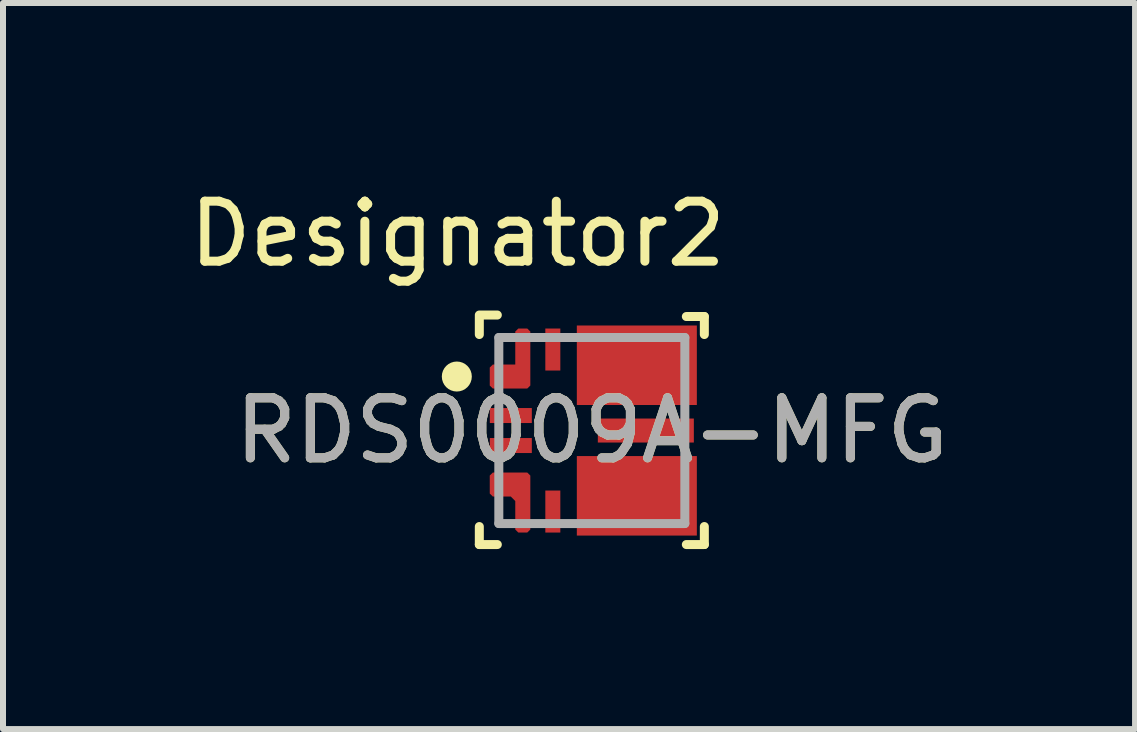
<source format=kicad_pcb>
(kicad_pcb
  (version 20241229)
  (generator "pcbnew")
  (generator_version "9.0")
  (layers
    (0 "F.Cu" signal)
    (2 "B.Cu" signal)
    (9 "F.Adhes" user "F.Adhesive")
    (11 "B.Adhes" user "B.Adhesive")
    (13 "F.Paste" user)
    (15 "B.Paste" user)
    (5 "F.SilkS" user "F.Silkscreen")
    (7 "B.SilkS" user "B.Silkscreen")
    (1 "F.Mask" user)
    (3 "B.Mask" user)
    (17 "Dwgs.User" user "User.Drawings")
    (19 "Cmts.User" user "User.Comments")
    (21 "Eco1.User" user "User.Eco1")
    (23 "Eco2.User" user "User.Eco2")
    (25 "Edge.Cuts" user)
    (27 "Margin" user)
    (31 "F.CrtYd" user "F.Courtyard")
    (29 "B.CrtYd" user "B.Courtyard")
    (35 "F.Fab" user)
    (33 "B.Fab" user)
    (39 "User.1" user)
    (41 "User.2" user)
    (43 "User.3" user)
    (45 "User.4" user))
  (footprint "RDS0009A-MFG"
    (layer "F.Cu")
    (at 6.813 4.125)
    (property "Reference" "RDS0009A-MFG" (at 0 0 0) (unlocked yes) (layer "F.SilkS") (effects (font (size 1 1) (thickness 0.15))))
    (attr smd)
    (fp_poly (pts (xy -1.75 0.325) (xy -1.75 0.175) (xy -1.65 0.075) (xy -1.05 0.075) (xy -0.95 0.175) (xy -0.95 0.325) (xy -1.05 0.425) (xy -1.65 0.425)) (stroke (width 0) (type solid)) (fill yes) (layer "F.Mask"))
    (fp_poly (pts (xy -1.65 -0.425) (xy -1.05 -0.425) (xy -0.95 -0.325) (xy -0.95 -0.175) (xy -1.05 -0.075) (xy -1.65 -0.075) (xy -1.75 -0.175) (xy -1.75 -0.325)) (stroke (width 0) (type solid)) (fill yes) (layer "F.Mask"))
    (fp_poly (pts (xy -0.475 -1.05) (xy -0.575 -0.95) (xy -0.725 -0.95) (xy -0.825 -1.05) (xy -0.825 -1.65) (xy -0.725 -1.75) (xy -0.575 -1.75) (xy -0.475 -1.65)) (stroke (width 0) (type solid)) (fill yes) (layer "F.Mask"))
    (fp_poly (pts (xy -0.475 1.65) (xy -0.575 1.75) (xy -0.725 1.75) (xy -0.825 1.65) (xy -0.825 1.05) (xy -0.725 0.95) (xy -0.575 0.95) (xy -0.475 1.05)) (stroke (width 0) (type solid)) (fill yes) (layer "F.Mask"))
    (fp_poly (pts (xy 1.75 -0.15) (xy 1.75 0.15) (xy 1.65 0.25) (xy 0.15 0.25) (xy 0.05 0.15) (xy 0.05 -0.15) (xy 0.15 -0.25) (xy 1.65 -0.25)) (stroke (width 0) (type solid)) (fill yes) (layer "F.Mask"))
    (fp_poly (pts (xy -1.75 -1.05) (xy -1.65 -1.15) (xy -1.375 -1.15) (xy -1.325 -1.2) (xy -1.325 -1.65) (xy -1.225 -1.75) (xy -1.075 -1.75) (xy -0.975 -1.65) (xy -0.975 -0.75) (xy -1.075 -0.65) (xy -1.65 -0.65) (xy -1.75 -0.75)) (stroke (width 0) (type solid)) (fill yes) (layer "F.Mask"))
    (fp_poly (pts (xy -1.75 1.05) (xy -1.65 1.15) (xy -1.375 1.15) (xy -1.325 1.2) (xy -1.325 1.65) (xy -1.225 1.75) (xy -1.075 1.75) (xy -0.975 1.65) (xy -0.975 0.75) (xy -1.075 0.65) (xy -1.65 0.65) (xy -1.75 0.75)) (stroke (width 0) (type solid)) (fill yes) (layer "F.Mask"))
    (fp_poly (pts (xy -0.2 -0.525) (xy -0.15 -0.475) (xy 1.225 -0.475) (xy 1.275 -0.525) (xy 1.275 -0.65) (xy 1.325 -0.7) (xy 1.65 -0.7) (xy 1.7 -0.75) (xy 1.7 -1.05) (xy 1.65 -1.1) (xy 1.325 -1.1) (xy 1.275 -1.15) (xy 1.275 -1.65) (xy 1.225 -1.7) (xy 1.075 -1.7) (xy 1.025 -1.65) (xy 1.025 -1.325) (xy 0.975 -1.275) (xy 0.825 -1.275) (xy 0.775 -1.325) (xy 0.775 -1.65) (xy 0.725 -1.7) (xy 0.575 -1.7) (xy 0.525 -1.65) (xy 0.525 -1.325) (xy 0.475 -1.275) (xy 0.25 -1.275) (xy 0.2 -1.325) (xy 0.2 -1.65) (xy 0.15 -1.7) (xy -0.15 -1.7) (xy -0.2 -1.65)) (stroke (width 0) (type solid)) (fill yes) (layer "F.Mask"))
    (fp_poly (pts (xy -0.2 0.525) (xy -0.15 0.475) (xy 1.225 0.475) (xy 1.275 0.525) (xy 1.275 0.65) (xy 1.325 0.7) (xy 1.65 0.7) (xy 1.7 0.75) (xy 1.7 1.05) (xy 1.65 1.1) (xy 1.325 1.1) (xy 1.275 1.15) (xy 1.275 1.65) (xy 1.225 1.7) (xy 1.075 1.7) (xy 1.025 1.65) (xy 1.025 1.325) (xy 0.975 1.275) (xy 0.825 1.275) (xy 0.775 1.325) (xy 0.775 1.65) (xy 0.725 1.7) (xy 0.575 1.7) (xy 0.525 1.65) (xy 0.525 1.325) (xy 0.475 1.275) (xy 0.25 1.275) (xy 0.2 1.325) (xy 0.2 1.65) (xy 0.15 1.7) (xy -0.15 1.7) (xy -0.2 1.65)) (stroke (width 0) (type solid)) (fill yes) (layer "F.Mask"))
    (fp_line (start -1.875 -1.925) (end -1.575 -1.925) (stroke (width 0.15) (type solid)) (layer "F.SilkS"))
    (fp_line (start -1.875 -1.6) (end -1.875 -1.9) (stroke (width 0.15) (type solid)) (layer "F.SilkS"))
    (fp_line (start -1.875 1.9) (end -1.875 1.6) (stroke (width 0.15) (type solid)) (layer "F.SilkS"))
    (fp_line (start -1.875 1.9) (end -1.575 1.9) (stroke (width 0.15) (type solid)) (layer "F.SilkS"))
    (fp_line (start 1.575 -1.9) (end 1.875 -1.9) (stroke (width 0.15) (type solid)) (layer "F.SilkS"))
    (fp_line (start 1.575 1.9) (end 1.875 1.9) (stroke (width 0.15) (type solid)) (layer "F.SilkS"))
    (fp_line (start 1.875 -1.6) (end 1.875 -1.9) (stroke (width 0.15) (type solid)) (layer "F.SilkS"))
    (fp_line (start 1.875 1.9) (end 1.875 1.6) (stroke (width 0.15) (type solid)) (layer "F.SilkS"))
    (fp_circle (center -2.25 -0.9) (end -2.125 -0.9) (stroke (width 0.25) (type solid)) (fill no) (layer "F.SilkS"))
    (fp_poly (pts (xy -1.699 1.05) (xy -1.699 0.75) (xy -1.649 0.7) (xy -1.074 0.7) (xy -1.024 0.75) (xy -1.024 1.05) (xy -1.074 1.1) (xy -1.649 1.1)) (stroke (width 0) (type solid)) (fill yes) (layer "F.Paste"))
    (fp_poly (pts (xy -1.649 -0.7) (xy -1.699 -0.75) (xy -1.699 -1.05) (xy -1.649 -1.1) (xy -1.074 -1.1) (xy -1.024 -1.05) (xy -1.024 -0.75) (xy -1.074 -0.7)) (stroke (width 0) (type solid)) (fill yes) (layer "F.Paste"))
    (fp_poly (pts (xy -1.275 1.35) (xy -1.225 1.3) (xy -1.075 1.3) (xy -1.025 1.35) (xy -1.025 1.65) (xy -1.075 1.7) (xy -1.225 1.7) (xy -1.275 1.65)) (stroke (width 0) (type solid)) (fill yes) (layer "F.Paste"))
    (fp_poly (pts (xy -1.225 -1.3) (xy -1.275 -1.35) (xy -1.275 -1.65) (xy -1.225 -1.7) (xy -1.075 -1.7) (xy -1.025 -1.65) (xy -1.025 -1.35) (xy -1.075 -1.3)) (stroke (width 0) (type solid)) (fill yes) (layer "F.Paste"))
    (fp_poly (pts (xy -0.2 -1.325) (xy -0.2 -1.651) (xy -0.15 -1.7) (xy 0.15 -1.7) (xy 0.2 -1.651) (xy 0.2 -1.325) (xy 0.15 -1.275) (xy -0.15 -1.275)) (stroke (width 0) (type solid)) (fill yes) (layer "F.Paste"))
    (fp_poly (pts (xy -0.2 1.651) (xy -0.2 1.325) (xy -0.15 1.275) (xy 0.15 1.275) (xy 0.2 1.325) (xy 0.2 1.651) (xy 0.15 1.7) (xy -0.15 1.7)) (stroke (width 0) (type solid)) (fill yes) (layer "F.Paste"))
    (fp_poly (pts (xy -0.15 0.475) (xy 1.03 0.475) (xy 1.08 0.525) (xy 1.08 1.025) (xy 1.03 1.075) (xy -0.15 1.075) (xy -0.2 1.025) (xy -0.2 0.525)) (stroke (width 0) (type solid)) (fill yes) (layer "F.Paste"))
    (fp_poly (pts (xy 0.575 -1.7) (xy 0.725 -1.7) (xy 0.775 -1.651) (xy 0.775 -1.325) (xy 0.725 -1.275) (xy 0.575 -1.275) (xy 0.525 -1.325) (xy 0.525 -1.651)) (stroke (width 0) (type solid)) (fill yes) (layer "F.Paste"))
    (fp_poly (pts (xy 0.575 1.275) (xy 0.725 1.275) (xy 0.775 1.325) (xy 0.775 1.651) (xy 0.725 1.7) (xy 0.575 1.7) (xy 0.525 1.651) (xy 0.525 1.325)) (stroke (width 0) (type solid)) (fill yes) (layer "F.Paste"))
    (fp_poly (pts (xy 0.75 -0.2) (xy 0.8 -0.15) (xy 0.8 0.15) (xy 0.75 0.2) (xy 0.15 0.2) (xy 0.1 0.15) (xy 0.1 -0.15) (xy 0.15 -0.2)) (stroke (width 0) (type solid)) (fill yes) (layer "F.Paste"))
    (fp_poly (pts (xy 1.03 -0.475) (xy -0.15 -0.475) (xy -0.2 -0.525) (xy -0.2 -1.025) (xy -0.15 -1.075) (xy 1.03 -1.075) (xy 1.08 -1.025) (xy 1.08 -0.525)) (stroke (width 0) (type solid)) (fill yes) (layer "F.Paste"))
    (fp_poly (pts (xy 1.075 -1.7) (xy 1.225 -1.7) (xy 1.275 -1.651) (xy 1.275 -1.325) (xy 1.225 -1.275) (xy 1.075 -1.275) (xy 1.025 -1.325) (xy 1.025 -1.651)) (stroke (width 0) (type solid)) (fill yes) (layer "F.Paste"))
    (fp_poly (pts (xy 1.075 1.275) (xy 1.225 1.275) (xy 1.275 1.325) (xy 1.275 1.651) (xy 1.225 1.7) (xy 1.075 1.7) (xy 1.025 1.651) (xy 1.025 1.325)) (stroke (width 0) (type solid)) (fill yes) (layer "F.Paste"))
    (fp_poly (pts (xy 1.65 0.2) (xy 1.05 0.2) (xy 1 0.15) (xy 1 -0.15) (xy 1.05 -0.2) (xy 1.65 -0.2) (xy 1.7 -0.15) (xy 1.7 0.15)) (stroke (width 0) (type solid)) (fill yes) (layer "F.Paste"))
    (fp_poly (pts (xy 1.7 -0.75) (xy 1.651 -0.7) (xy 1.325 -0.7) (xy 1.275 -0.75) (xy 1.275 -1.05) (xy 1.325 -1.1) (xy 1.651 -1.1) (xy 1.7 -1.05)) (stroke (width 0) (type solid)) (fill yes) (layer "F.Paste"))
    (fp_poly (pts (xy 1.7 1.05) (xy 1.651 1.1) (xy 1.325 1.1) (xy 1.275 1.05) (xy 1.275 0.75) (xy 1.325 0.7) (xy 1.651 0.7) (xy 1.7 0.75)) (stroke (width 0) (type solid)) (fill yes) (layer "F.Paste"))
    (fp_line (start -1.55 -1.55) (end 1.55 -1.55) (stroke (width 0.15) (type solid)) (layer "F.Fab"))
    (fp_line (start -1.55 1.55) (end -1.55 -1.55) (stroke (width 0.15) (type solid)) (layer "F.Fab"))
    (fp_line (start -1.55 1.55) (end 1.55 1.55) (stroke (width 0.15) (type solid)) (layer "F.Fab"))
    (fp_line (start 1.55 1.55) (end 1.55 -1.55) (stroke (width 0.15) (type solid)) (layer "F.Fab"))
    (fp_text user "Designator2" (at -2.235 -3.277 0) (unlocked yes) (layer "F.SilkS") (effects (font (size 1 1) (thickness 0.15))))
    (fp_text user "${REFERENCE}" (at 0 0 0) (unlocked yes) (layer "F.Fab") (effects (font (size 1 1) (thickness 0.15))))
    (pad "1" smd custom (at -1.363 -0.9) (size 0.575 0.4) (layers "F.Cu") (options (anchor rect)) (primitives (gr_poly (pts (xy 0.338 -0.175) (xy 0.338 -0.75) (xy 0.287 -0.8) (xy 0.138 -0.8) (xy 0.087 -0.75) (xy 0.087 -0.175)) (width 0) (fill yes)) (gr_poly (pts (xy 0.338 0.15) (xy 0.287 0.2) (xy 0.263 0.2) (xy 0.263 -0.2) (xy 0.338 -0.2)) (width 0) (fill yes)) (gr_poly (pts (xy -0.263 -0.2) (xy -0.287 -0.2) (xy -0.338 -0.15) (xy -0.338 0.15) (xy -0.287 0.2) (xy -0.263 0.2)) (width 0) (fill yes))))
    (pad "2" smd rect (at -1.35 -0.25) (size 0.7 0.25) (layers "F.Cu" "F.Paste"))
    (pad "3" smd rect (at -1.35 0.25) (size 0.7 0.25) (layers "F.Cu" "F.Paste"))
    (pad "4" smd custom (at -1.363 0.9) (size 0.575 0.4) (layers "F.Cu") (options (anchor rect)) (primitives (gr_poly (pts (xy 0.338 0.15) (xy 0.338 0.75) (xy 0.287 0.8) (xy 0.138 0.8) (xy 0.087 0.75) (xy 0.087 0.275) (xy -0.037 0.15)) (width 0) (fill yes)) (gr_poly (pts (xy 0.338 0.15) (xy 0.263 0.15) (xy 0.263 -0.2) (xy 0.287 -0.2) (xy 0.338 -0.15)) (width 0) (fill yes)) (gr_poly (pts (xy -0.263 0.2) (xy -0.287 0.2) (xy -0.338 0.15) (xy -0.338 -0.15) (xy -0.287 -0.2) (xy -0.263 -0.2)) (width 0) (fill yes))))
    (pad "5" smd rect (at -0.65 1.35) (size 0.25 0.7) (layers "F.Cu" "F.Paste"))
    (pad "6" smd rect (at 0.75 1.088) (size 2 1.325) (layers "F.Cu"))
    (pad "7" smd rect (at 0.9 0) (size 1.6 0.4) (layers "F.Cu"))
    (pad "8" smd rect (at 0.75 -1.088) (size 2 1.325) (layers "F.Cu"))
    (pad "9" smd rect (at -0.65 -1.35) (size 0.25 0.7) (layers "F.Cu" "F.Paste")))
  (gr_rect
    (start -3 -3)
    (end 15.866 9.1)
    (stroke (width 0.1) (type default))
    (fill no)
    (layer "Edge.Cuts")))
</source>
